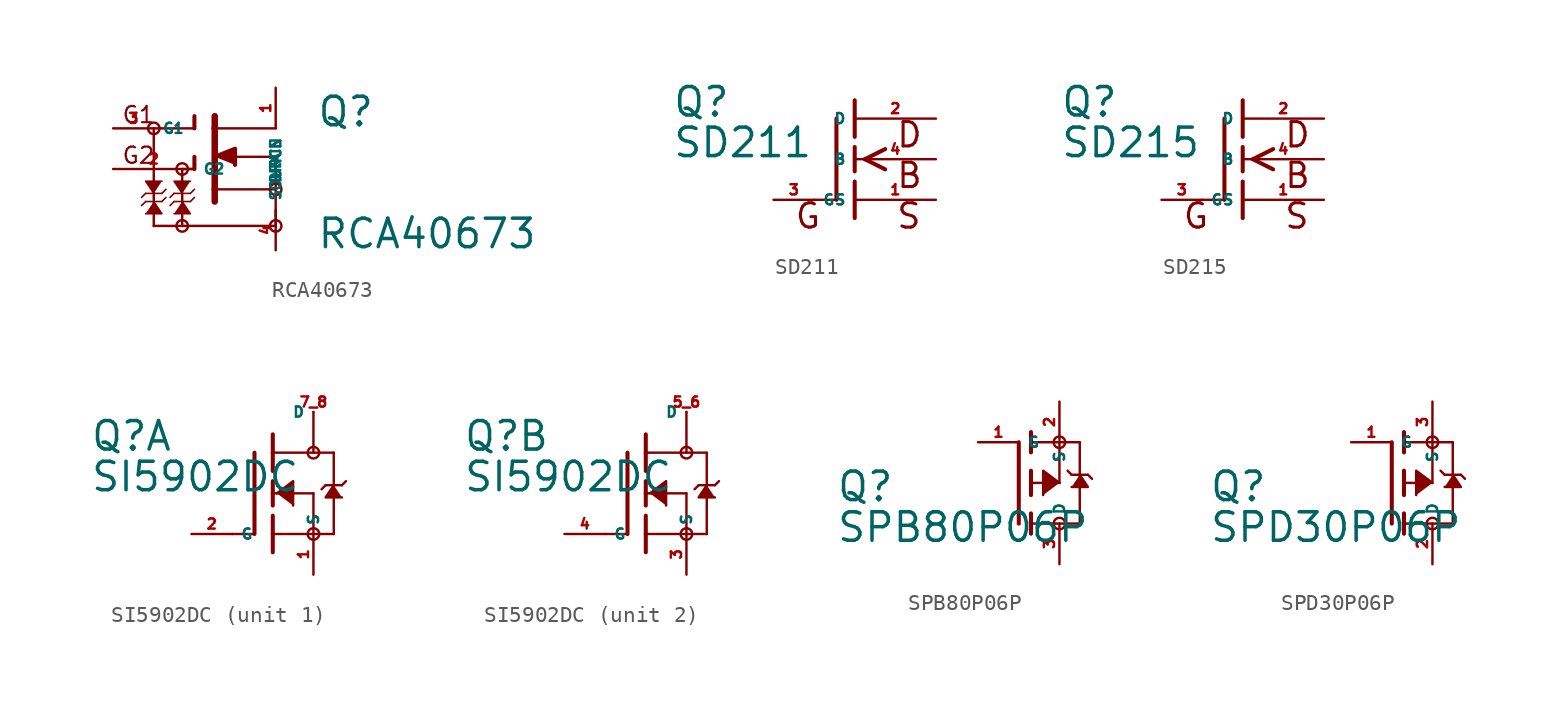
<source format=kicad_sym>
(kicad_symbol_lib
  (version 20220914)
  (generator Eagle2Kicad)
  (symbol "RCA40673"
    (property "Reference" "Q"
      (at 5.08 2.54 0)
      (effects (font (size 1.778 1.778) (thickness 0.22)) (justify left bottom)))
    (property "Value" "RCA40673"
      (at 5.08 -5.08 0)
      (effects (font (size 1.778 1.778) (thickness 0.22)) (justify left bottom)))
    (polyline
      (pts (xy -1.27 0.762) (xy 0 1.27) (xy 0 0.254))
      (stroke (width 0.254) (type default))
      (fill (type outline)))
    (polyline
      (pts (xy -5.08 -1.524) (xy -5.588 -0.762) (xy -4.572 -0.762))
      (stroke (width 0.102) (type default))
      (fill (type outline)))
    (polyline
      (pts (xy -3.302 -1.524) (xy -3.81 -0.762) (xy -2.794 -0.762))
      (stroke (width 0.102) (type default))
      (fill (type outline)))
    (polyline
      (pts (xy -3.302 -2.032) (xy -2.794 -2.794) (xy -3.81 -2.794))
      (stroke (width 0.102) (type default))
      (fill (type outline)))
    (polyline
      (pts (xy -5.08 -2.032) (xy -4.572 -2.794) (xy -5.588 -2.794))
      (stroke (width 0.102) (type default))
      (fill (type outline)))
    (polyline
      (pts (xy -5.08 2.54) (xy -2.54 2.54))
      (stroke (width 0.152) (type default))
      (fill (type none)))
    (polyline
      (pts (xy -3.302 0) (xy -2.54 0))
      (stroke (width 0.152) (type default))
      (fill (type none)))
    (polyline
      (pts (xy -2.54 2.54) (xy -2.54 3.302))
      (stroke (width 0.254) (type default))
      (fill (type none)))
    (polyline
      (pts (xy -2.54 0) (xy -2.54 0.762))
      (stroke (width 0.254) (type default))
      (fill (type none)))
    (polyline
      (pts (xy -1.27 3.302) (xy -1.27 2.54))
      (stroke (width 0.406) (type default))
      (fill (type none)))
    (polyline
      (pts (xy -1.27 2.54) (xy -1.27 -1.27))
      (stroke (width 0.406) (type default))
      (fill (type none)))
    (polyline
      (pts (xy -1.27 -1.27) (xy -1.27 -2.032))
      (stroke (width 0.406) (type default))
      (fill (type none)))
    (polyline
      (pts (xy -1.27 2.54) (xy 2.54 2.54))
      (stroke (width 0.152) (type default))
      (fill (type none)))
    (polyline
      (pts (xy -1.27 -1.27) (xy 2.54 -1.27))
      (stroke (width 0.152) (type default))
      (fill (type none)))
    (polyline
      (pts (xy 2.54 -1.27) (xy 2.54 -3.556))
      (stroke (width 0.152) (type default))
      (fill (type none)))
    (polyline
      (pts (xy 2.54 -1.27) (xy 2.54 0.762))
      (stroke (width 0.152) (type default))
      (fill (type none)))
    (polyline
      (pts (xy 2.54 0.762) (xy -1.016 0.762))
      (stroke (width 0.152) (type default))
      (fill (type none)))
    (polyline
      (pts (xy -5.588 -1.524) (xy -4.572 -1.524))
      (stroke (width 0.102) (type default))
      (fill (type none)))
    (polyline
      (pts (xy -4.572 -1.524) (xy -4.318 -1.27))
      (stroke (width 0.102) (type default))
      (fill (type none)))
    (polyline
      (pts (xy -5.588 -1.524) (xy -5.842 -1.778))
      (stroke (width 0.102) (type default))
      (fill (type none)))
    (polyline
      (pts (xy -3.81 -1.524) (xy -2.794 -1.524))
      (stroke (width 0.102) (type default))
      (fill (type none)))
    (polyline
      (pts (xy -2.794 -1.524) (xy -2.54 -1.27))
      (stroke (width 0.102) (type default))
      (fill (type none)))
    (polyline
      (pts (xy -3.81 -1.524) (xy -4.064 -1.778))
      (stroke (width 0.102) (type default))
      (fill (type none)))
    (polyline
      (pts (xy -2.794 -2.032) (xy -3.81 -2.032))
      (stroke (width 0.102) (type default))
      (fill (type none)))
    (polyline
      (pts (xy -3.81 -2.032) (xy -4.064 -2.286))
      (stroke (width 0.102) (type default))
      (fill (type none)))
    (polyline
      (pts (xy -2.794 -2.032) (xy -2.54 -1.778))
      (stroke (width 0.102) (type default))
      (fill (type none)))
    (polyline
      (pts (xy -4.572 -2.032) (xy -5.588 -2.032))
      (stroke (width 0.102) (type default))
      (fill (type none)))
    (polyline
      (pts (xy -5.588 -2.032) (xy -5.842 -2.286))
      (stroke (width 0.102) (type default))
      (fill (type none)))
    (polyline
      (pts (xy -4.572 -2.032) (xy -4.318 -1.778))
      (stroke (width 0.102) (type default))
      (fill (type none)))
    (polyline
      (pts (xy -5.08 2.54) (xy -5.08 -3.556))
      (stroke (width 0.152) (type default))
      (fill (type none)))
    (polyline
      (pts (xy -5.08 -3.556) (xy -3.302 -3.556))
      (stroke (width 0.152) (type default))
      (fill (type none)))
    (polyline
      (pts (xy -3.302 -3.556) (xy 2.54 -3.556))
      (stroke (width 0.152) (type default))
      (fill (type none)))
    (polyline
      (pts (xy -3.302 0) (xy -3.302 -3.556))
      (stroke (width 0.152) (type default))
      (fill (type none)))
    (text "G1"
      (at -7.112 2.794 0)
      (effects (font (size 1.016 1.016) (thickness 0.13)) (justify left bottom)))
    (text "G2"
      (at -7.112 0.254 0)
      (effects (font (size 1.016 1.016) (thickness 0.13)) (justify left bottom)))
    (circle
      (center 2.54 -1.27)
      (radius 0.359)
      (stroke (width 0) (type default))
      (fill (type none)))
    (circle
      (center -5.08 2.54)
      (radius 0.359)
      (stroke (width 0) (type default))
      (fill (type none)))
    (circle
      (center -3.302 0)
      (radius 0.359)
      (stroke (width 0) (type default))
      (fill (type none)))
    (circle
      (center -3.302 -3.556)
      (radius 0.359)
      (stroke (width 0) (type default))
      (fill (type none)))
    (circle
      (center 2.54 -3.556)
      (radius 0.359)
      (stroke (width 0) (type default))
      (fill (type none)))
    (pin passive line
      (at -7.62 2.54 0)
      (length 2.54)
      (name "G1" (effects (font (size 0.635 0.635) (thickness 0.08)) (justify left bottom)))
      (number "3" (effects (font (size 0.635 0.635) (thickness 0.08)) (justify left bottom))))
    (pin passive line
      (at -7.62 0 0)
      (length 5.08)
      (name "G2" (effects (font (size 0.635 0.635) (thickness 0.08)) (justify left bottom)))
      (number "2" (effects (font (size 0.635 0.635) (thickness 0.08)) (justify left bottom))))
    (pin passive line
      (at 2.54 5.08 270)
      (length 2.54)
      (name "DRAIN" (effects (font (size 0.635 0.635) (thickness 0.08)) (justify left bottom)))
      (number "1" (effects (font (size 0.635 0.635) (thickness 0.08)) (justify left bottom))))
    (pin passive line
      (at 2.54 -5.08 90)
      (length 2.54)
      (name "SOURCE" (effects (font (size 0.635 0.635) (thickness 0.08)) (justify left bottom)))
      (number "4" (effects (font (size 0.635 0.635) (thickness 0.08)) (justify left bottom)))))
  (symbol "SD211"
    (property "Reference" "Q"
      (at -11.43 2.54 0)
      (effects (font (size 1.778 1.778) (thickness 0.22)) (justify left bottom)))
    (property "Value" "SD211"
      (at -11.43 0 0)
      (effects (font (size 1.778 1.778) (thickness 0.22)) (justify left bottom)))
    (polyline
      (pts (xy -2.54 -2.54) (xy -1.219 -2.54))
      (stroke (width 0.152) (type default))
      (fill (type none)))
    (polyline
      (pts (xy 0 0.762) (xy 0 -0.762))
      (stroke (width 0.254) (type default))
      (fill (type none)))
    (polyline
      (pts (xy 0 3.683) (xy 0 1.397))
      (stroke (width 0.254) (type default))
      (fill (type none)))
    (polyline
      (pts (xy 1.905 0.635) (xy 0.635 0))
      (stroke (width 0.254) (type default))
      (fill (type none)))
    (polyline
      (pts (xy 1.905 -0.635) (xy 0.635 0))
      (stroke (width 0.254) (type default))
      (fill (type none)))
    (polyline
      (pts (xy 0 -1.397) (xy 0 -3.683))
      (stroke (width 0.254) (type default))
      (fill (type none)))
    (polyline
      (pts (xy -1.143 2.54) (xy -1.143 -2.54))
      (stroke (width 0.254) (type default))
      (fill (type none)))
    (text "D"
      (at 2.54 0.635 0)
      (effects (font (size 1.524 1.524) (thickness 0.19)) (justify left bottom)))
    (text "B"
      (at 2.54 -1.905 0)
      (effects (font (size 1.524 1.524) (thickness 0.19)) (justify left bottom)))
    (text "S"
      (at 2.54 -4.445 0)
      (effects (font (size 1.524 1.524) (thickness 0.19)) (justify left bottom)))
    (text "G"
      (at -3.81 -4.445 0)
      (effects (font (size 1.524 1.524) (thickness 0.19)) (justify left bottom)))
    (pin passive line
      (at 5.08 2.54 180)
      (length 5.08)
      (name "D" (effects (font (size 0.635 0.635) (thickness 0.08)) (justify left bottom)))
      (number "2" (effects (font (size 0.635 0.635) (thickness 0.08)) (justify left bottom))))
    (pin passive line
      (at 5.08 -2.54 180)
      (length 5.08)
      (name "S" (effects (font (size 0.635 0.635) (thickness 0.08)) (justify left bottom)))
      (number "1" (effects (font (size 0.635 0.635) (thickness 0.08)) (justify left bottom))))
    (pin passive line
      (at -5.08 -2.54 0)
      (length 2.54)
      (name "G" (effects (font (size 0.635 0.635) (thickness 0.08)) (justify left bottom)))
      (number "3" (effects (font (size 0.635 0.635) (thickness 0.08)) (justify left bottom))))
    (pin passive line
      (at 5.08 0 180)
      (length 5.08)
      (name "B" (effects (font (size 0.635 0.635) (thickness 0.08)) (justify left bottom)))
      (number "4" (effects (font (size 0.635 0.635) (thickness 0.08)) (justify left bottom)))))
  (symbol "SD215"
    (property "Reference" "Q"
      (at -11.43 2.54 0)
      (effects (font (size 1.778 1.778) (thickness 0.22)) (justify left bottom)))
    (property "Value" "SD215"
      (at -11.43 0 0)
      (effects (font (size 1.778 1.778) (thickness 0.22)) (justify left bottom)))
    (polyline
      (pts (xy -2.54 -2.54) (xy -1.219 -2.54))
      (stroke (width 0.152) (type default))
      (fill (type none)))
    (polyline
      (pts (xy 0 0.762) (xy 0 -0.762))
      (stroke (width 0.254) (type default))
      (fill (type none)))
    (polyline
      (pts (xy 0 3.683) (xy 0 1.397))
      (stroke (width 0.254) (type default))
      (fill (type none)))
    (polyline
      (pts (xy 1.905 0.635) (xy 0.635 0))
      (stroke (width 0.254) (type default))
      (fill (type none)))
    (polyline
      (pts (xy 1.905 -0.635) (xy 0.635 0))
      (stroke (width 0.254) (type default))
      (fill (type none)))
    (polyline
      (pts (xy 0 -1.397) (xy 0 -3.683))
      (stroke (width 0.254) (type default))
      (fill (type none)))
    (polyline
      (pts (xy -1.143 2.54) (xy -1.143 -2.54))
      (stroke (width 0.254) (type default))
      (fill (type none)))
    (text "D"
      (at 2.54 0.635 0)
      (effects (font (size 1.524 1.524) (thickness 0.19)) (justify left bottom)))
    (text "B"
      (at 2.54 -1.905 0)
      (effects (font (size 1.524 1.524) (thickness 0.19)) (justify left bottom)))
    (text "S"
      (at 2.54 -4.445 0)
      (effects (font (size 1.524 1.524) (thickness 0.19)) (justify left bottom)))
    (text "G"
      (at -3.81 -4.445 0)
      (effects (font (size 1.524 1.524) (thickness 0.19)) (justify left bottom)))
    (pin passive line
      (at 5.08 2.54 180)
      (length 5.08)
      (name "D" (effects (font (size 0.635 0.635) (thickness 0.08)) (justify left bottom)))
      (number "2" (effects (font (size 0.635 0.635) (thickness 0.08)) (justify left bottom))))
    (pin passive line
      (at 5.08 -2.54 180)
      (length 5.08)
      (name "S" (effects (font (size 0.635 0.635) (thickness 0.08)) (justify left bottom)))
      (number "1" (effects (font (size 0.635 0.635) (thickness 0.08)) (justify left bottom))))
    (pin passive line
      (at -5.08 -2.54 0)
      (length 2.54)
      (name "G" (effects (font (size 0.635 0.635) (thickness 0.08)) (justify left bottom)))
      (number "3" (effects (font (size 0.635 0.635) (thickness 0.08)) (justify left bottom))))
    (pin passive line
      (at 5.08 0 180)
      (length 5.08)
      (name "B" (effects (font (size 0.635 0.635) (thickness 0.08)) (justify left bottom)))
      (number "4" (effects (font (size 0.635 0.635) (thickness 0.08)) (justify left bottom)))))
  (symbol "SI5902DC"
    (property "Reference" "Q"
      (at -11.43 2.54 0)
      (effects (font (size 1.778 1.778) (thickness 0.22)) (justify left bottom)))
    (property "Value" "SI5902DC"
      (at -11.43 0 0)
      (effects (font (size 1.778 1.778) (thickness 0.22)) (justify left bottom)))
    (symbol "SI5902DC_1_0"
      (polyline (pts (xy 3.81 0.508) (xy 3.302 -0.254) (xy 4.318 -0.254)) (stroke (width 0.152) (type default)) (fill (type outline)))
      (polyline (pts (xy 0.254 0) (xy 1.27 0.762) (xy 1.27 -0.762)) (stroke (width 0.152) (type default)) (fill (type outline)))
      (polyline (pts (xy -2.54 -2.54) (xy -1.219 -2.54)) (stroke (width 0.152) (type default)) (fill (type none)))
      (polyline (pts (xy 0 0.762) (xy 0 0)) (stroke (width 0.254) (type default)) (fill (type none)))
      (polyline (pts (xy 0 0) (xy 0 -0.762)) (stroke (width 0.254) (type default)) (fill (type none)))
      (polyline (pts (xy 0 3.683) (xy 0 2.54)) (stroke (width 0.254) (type default)) (fill (type none)))
      (polyline (pts (xy 0 2.54) (xy 0 1.397)) (stroke (width 0.254) (type default)) (fill (type none)))
      (polyline (pts (xy 0 0) (xy 2.54 0)) (stroke (width 0.152) (type default)) (fill (type none)))
      (polyline (pts (xy 2.54 0) (xy 2.54 -2.54)) (stroke (width 0.152) (type default)) (fill (type none)))
      (polyline (pts (xy 0 -1.397) (xy 0 -2.54)) (stroke (width 0.254) (type default)) (fill (type none)))
      (polyline (pts (xy 0 -2.54) (xy 0 -3.683)) (stroke (width 0.254) (type default)) (fill (type none)))
      (polyline (pts (xy -1.143 2.54) (xy -1.143 -2.54)) (stroke (width 0.254) (type default)) (fill (type none)))
      (polyline (pts (xy 0 2.54) (xy 2.54 2.54)) (stroke (width 0.152) (type default)) (fill (type none)))
      (polyline (pts (xy 2.54 2.54) (xy 2.54 5.08)) (stroke (width 0.152) (type default)) (fill (type none)))
      (polyline (pts (xy 2.54 -2.54) (xy 0 -2.54)) (stroke (width 0.152) (type default)) (fill (type none)))
      (polyline (pts (xy 3.81 2.54) (xy 3.81 0.508)) (stroke (width 0.152) (type default)) (fill (type none)))
      (polyline (pts (xy 3.81 0.508) (xy 3.81 -2.54)) (stroke (width 0.152) (type default)) (fill (type none)))
      (polyline (pts (xy 2.54 -2.54) (xy 3.81 -2.54)) (stroke (width 0.152) (type default)) (fill (type none)))
      (polyline (pts (xy 2.54 2.54) (xy 3.81 2.54)) (stroke (width 0.152) (type default)) (fill (type none)))
      (polyline (pts (xy 4.572 0.762) (xy 4.318 0.508)) (stroke (width 0.152) (type default)) (fill (type none)))
      (polyline (pts (xy 4.318 0.508) (xy 3.81 0.508)) (stroke (width 0.152) (type default)) (fill (type none)))
      (polyline (pts (xy 3.81 0.508) (xy 3.302 0.508)) (stroke (width 0.152) (type default)) (fill (type none)))
      (polyline (pts (xy 3.302 0.508) (xy 3.048 0.254)) (stroke (width 0.152) (type default)) (fill (type none)))
      (circle (center 2.54 -2.54) (radius 0.359) (stroke (width 0) (type default)) (fill (type none)))
      (circle (center 2.54 2.54) (radius 0.359) (stroke (width 0) (type default)) (fill (type none)))
      (pin passive line (at 2.54 5.08 180) (length 0) (name "D" (effects (font (size 0.635 0.635) (thickness 0.08)) (justify left bottom))) (number "7 8" (effects (font (size 0.635 0.635) (thickness 0.08)) (justify left bottom))))
      (pin passive line (at 2.54 -5.08 90) (length 2.54) (name "S" (effects (font (size 0.635 0.635) (thickness 0.08)) (justify left bottom))) (number "1" (effects (font (size 0.635 0.635) (thickness 0.08)) (justify left bottom))))
      (pin passive line (at -5.08 -2.54 0) (length 2.54) (name "G" (effects (font (size 0.635 0.635) (thickness 0.08)) (justify left bottom))) (number "2" (effects (font (size 0.635 0.635) (thickness 0.08)) (justify left bottom)))))
    (symbol "SI5902DC_2_0"
      (polyline (pts (xy 3.81 0.508) (xy 3.302 -0.254) (xy 4.318 -0.254)) (stroke (width 0.152) (type default)) (fill (type outline)))
      (polyline (pts (xy 0.254 0) (xy 1.27 0.762) (xy 1.27 -0.762)) (stroke (width 0.152) (type default)) (fill (type outline)))
      (polyline (pts (xy -2.54 -2.54) (xy -1.219 -2.54)) (stroke (width 0.152) (type default)) (fill (type none)))
      (polyline (pts (xy 0 0.762) (xy 0 0)) (stroke (width 0.254) (type default)) (fill (type none)))
      (polyline (pts (xy 0 0) (xy 0 -0.762)) (stroke (width 0.254) (type default)) (fill (type none)))
      (polyline (pts (xy 0 3.683) (xy 0 2.54)) (stroke (width 0.254) (type default)) (fill (type none)))
      (polyline (pts (xy 0 2.54) (xy 0 1.397)) (stroke (width 0.254) (type default)) (fill (type none)))
      (polyline (pts (xy 0 0) (xy 2.54 0)) (stroke (width 0.152) (type default)) (fill (type none)))
      (polyline (pts (xy 2.54 0) (xy 2.54 -2.54)) (stroke (width 0.152) (type default)) (fill (type none)))
      (polyline (pts (xy 0 -1.397) (xy 0 -2.54)) (stroke (width 0.254) (type default)) (fill (type none)))
      (polyline (pts (xy 0 -2.54) (xy 0 -3.683)) (stroke (width 0.254) (type default)) (fill (type none)))
      (polyline (pts (xy -1.143 2.54) (xy -1.143 -2.54)) (stroke (width 0.254) (type default)) (fill (type none)))
      (polyline (pts (xy 0 2.54) (xy 2.54 2.54)) (stroke (width 0.152) (type default)) (fill (type none)))
      (polyline (pts (xy 2.54 2.54) (xy 2.54 5.08)) (stroke (width 0.152) (type default)) (fill (type none)))
      (polyline (pts (xy 2.54 -2.54) (xy 0 -2.54)) (stroke (width 0.152) (type default)) (fill (type none)))
      (polyline (pts (xy 3.81 2.54) (xy 3.81 0.508)) (stroke (width 0.152) (type default)) (fill (type none)))
      (polyline (pts (xy 3.81 0.508) (xy 3.81 -2.54)) (stroke (width 0.152) (type default)) (fill (type none)))
      (polyline (pts (xy 2.54 -2.54) (xy 3.81 -2.54)) (stroke (width 0.152) (type default)) (fill (type none)))
      (polyline (pts (xy 2.54 2.54) (xy 3.81 2.54)) (stroke (width 0.152) (type default)) (fill (type none)))
      (polyline (pts (xy 4.572 0.762) (xy 4.318 0.508)) (stroke (width 0.152) (type default)) (fill (type none)))
      (polyline (pts (xy 4.318 0.508) (xy 3.81 0.508)) (stroke (width 0.152) (type default)) (fill (type none)))
      (polyline (pts (xy 3.81 0.508) (xy 3.302 0.508)) (stroke (width 0.152) (type default)) (fill (type none)))
      (polyline (pts (xy 3.302 0.508) (xy 3.048 0.254)) (stroke (width 0.152) (type default)) (fill (type none)))
      (circle (center 2.54 -2.54) (radius 0.359) (stroke (width 0) (type default)) (fill (type none)))
      (circle (center 2.54 2.54) (radius 0.359) (stroke (width 0) (type default)) (fill (type none)))
      (pin passive line (at 2.54 5.08 180) (length 0) (name "D" (effects (font (size 0.635 0.635) (thickness 0.08)) (justify left bottom))) (number "5 6" (effects (font (size 0.635 0.635) (thickness 0.08)) (justify left bottom))))
      (pin passive line (at 2.54 -5.08 90) (length 2.54) (name "S" (effects (font (size 0.635 0.635) (thickness 0.08)) (justify left bottom))) (number "3" (effects (font (size 0.635 0.635) (thickness 0.08)) (justify left bottom))))
      (pin passive line (at -5.08 -2.54 0) (length 2.54) (name "G" (effects (font (size 0.635 0.635) (thickness 0.08)) (justify left bottom))) (number "4" (effects (font (size 0.635 0.635) (thickness 0.08)) (justify left bottom))))))
  (symbol "SPB80P06P"
    (property "Reference" "Q"
      (at -11.43 -1.27 0)
      (effects (font (size 1.778 1.778) (thickness 0.22)) (justify left bottom)))
    (property "Value" "SPB80P06P"
      (at -11.43 -3.81 0)
      (effects (font (size 1.778 1.778) (thickness 0.22)) (justify left bottom)))
    (polyline
      (pts (xy 3.81 0.508) (xy 4.318 -0.254) (xy 3.302 -0.254))
      (stroke (width 0.152) (type default))
      (fill (type outline)))
    (polyline
      (pts (xy 2.54 0) (xy 1.524 0.762) (xy 1.524 -0.762))
      (stroke (width 0.152) (type default))
      (fill (type outline)))
    (polyline
      (pts (xy 0.762 -0.762) (xy 0.762 0))
      (stroke (width 0.254) (type default))
      (fill (type none)))
    (polyline
      (pts (xy 0.762 0) (xy 0.762 0.762))
      (stroke (width 0.254) (type default))
      (fill (type none)))
    (polyline
      (pts (xy 0.762 -3.175) (xy 0.762 -2.54))
      (stroke (width 0.254) (type default))
      (fill (type none)))
    (polyline
      (pts (xy 0.762 -2.54) (xy 0.762 -1.905))
      (stroke (width 0.254) (type default))
      (fill (type none)))
    (polyline
      (pts (xy 0.762 0) (xy 2.54 0))
      (stroke (width 0.152) (type default))
      (fill (type none)))
    (polyline
      (pts (xy 2.54 0) (xy 2.54 2.54))
      (stroke (width 0.152) (type default))
      (fill (type none)))
    (polyline
      (pts (xy 0.762 1.905) (xy 0.762 2.54))
      (stroke (width 0.254) (type default))
      (fill (type none)))
    (polyline
      (pts (xy 0.762 2.54) (xy 0.762 3.175))
      (stroke (width 0.254) (type default))
      (fill (type none)))
    (polyline
      (pts (xy 0 -2.54) (xy 0 2.54))
      (stroke (width 0.254) (type default))
      (fill (type none)))
    (polyline
      (pts (xy 2.54 2.54) (xy 0.762 2.54))
      (stroke (width 0.152) (type default))
      (fill (type none)))
    (polyline
      (pts (xy 3.81 -2.54) (xy 3.81 0.508))
      (stroke (width 0.152) (type default))
      (fill (type none)))
    (polyline
      (pts (xy 3.81 0.508) (xy 3.81 2.54))
      (stroke (width 0.152) (type default))
      (fill (type none)))
    (polyline
      (pts (xy 2.54 2.54) (xy 3.81 2.54))
      (stroke (width 0.152) (type default))
      (fill (type none)))
    (polyline
      (pts (xy 0.762 -2.54) (xy 3.81 -2.54))
      (stroke (width 0.152) (type default))
      (fill (type none)))
    (polyline
      (pts (xy 3.048 0.762) (xy 3.302 0.508))
      (stroke (width 0.152) (type default))
      (fill (type none)))
    (polyline
      (pts (xy 3.302 0.508) (xy 3.81 0.508))
      (stroke (width 0.152) (type default))
      (fill (type none)))
    (polyline
      (pts (xy 3.81 0.508) (xy 4.318 0.508))
      (stroke (width 0.152) (type default))
      (fill (type none)))
    (polyline
      (pts (xy 4.318 0.508) (xy 4.572 0.254))
      (stroke (width 0.152) (type default))
      (fill (type none)))
    (circle
      (center 2.54 2.54)
      (radius 0.359)
      (stroke (width 0) (type default))
      (fill (type none)))
    (circle
      (center 2.54 -2.54)
      (radius 0.359)
      (stroke (width 0) (type default))
      (fill (type none)))
    (pin passive line
      (at 2.54 5.08 270)
      (length 2.54)
      (name "S" (effects (font (size 0.635 0.635) (thickness 0.08)) (justify left bottom)))
      (number "2" (effects (font (size 0.635 0.635) (thickness 0.08)) (justify left bottom))))
    (pin passive line
      (at -2.54 2.54 0)
      (length 2.54)
      (name "G" (effects (font (size 0.635 0.635) (thickness 0.08)) (justify left bottom)))
      (number "1" (effects (font (size 0.635 0.635) (thickness 0.08)) (justify left bottom))))
    (pin passive line
      (at 2.54 -5.08 90)
      (length 2.54)
      (name "D" (effects (font (size 0.635 0.635) (thickness 0.08)) (justify left bottom)))
      (number "3" (effects (font (size 0.635 0.635) (thickness 0.08)) (justify left bottom)))))
  (symbol "SPD30P06P"
    (property "Reference" "Q"
      (at -11.43 -1.27 0)
      (effects (font (size 1.778 1.778) (thickness 0.22)) (justify left bottom)))
    (property "Value" "SPD30P06P"
      (at -11.43 -3.81 0)
      (effects (font (size 1.778 1.778) (thickness 0.22)) (justify left bottom)))
    (polyline
      (pts (xy 3.81 0.508) (xy 4.318 -0.254) (xy 3.302 -0.254))
      (stroke (width 0.152) (type default))
      (fill (type outline)))
    (polyline
      (pts (xy 2.54 0) (xy 1.524 0.762) (xy 1.524 -0.762))
      (stroke (width 0.152) (type default))
      (fill (type outline)))
    (polyline
      (pts (xy 0.762 -0.762) (xy 0.762 0))
      (stroke (width 0.254) (type default))
      (fill (type none)))
    (polyline
      (pts (xy 0.762 0) (xy 0.762 0.762))
      (stroke (width 0.254) (type default))
      (fill (type none)))
    (polyline
      (pts (xy 0.762 -3.175) (xy 0.762 -2.54))
      (stroke (width 0.254) (type default))
      (fill (type none)))
    (polyline
      (pts (xy 0.762 -2.54) (xy 0.762 -1.905))
      (stroke (width 0.254) (type default))
      (fill (type none)))
    (polyline
      (pts (xy 0.762 0) (xy 2.54 0))
      (stroke (width 0.152) (type default))
      (fill (type none)))
    (polyline
      (pts (xy 2.54 0) (xy 2.54 2.54))
      (stroke (width 0.152) (type default))
      (fill (type none)))
    (polyline
      (pts (xy 0.762 1.905) (xy 0.762 2.54))
      (stroke (width 0.254) (type default))
      (fill (type none)))
    (polyline
      (pts (xy 0.762 2.54) (xy 0.762 3.175))
      (stroke (width 0.254) (type default))
      (fill (type none)))
    (polyline
      (pts (xy 0 -2.54) (xy 0 2.54))
      (stroke (width 0.254) (type default))
      (fill (type none)))
    (polyline
      (pts (xy 2.54 2.54) (xy 0.762 2.54))
      (stroke (width 0.152) (type default))
      (fill (type none)))
    (polyline
      (pts (xy 3.81 -2.54) (xy 3.81 0.508))
      (stroke (width 0.152) (type default))
      (fill (type none)))
    (polyline
      (pts (xy 3.81 0.508) (xy 3.81 2.54))
      (stroke (width 0.152) (type default))
      (fill (type none)))
    (polyline
      (pts (xy 2.54 2.54) (xy 3.81 2.54))
      (stroke (width 0.152) (type default))
      (fill (type none)))
    (polyline
      (pts (xy 0.762 -2.54) (xy 3.81 -2.54))
      (stroke (width 0.152) (type default))
      (fill (type none)))
    (polyline
      (pts (xy 3.048 0.762) (xy 3.302 0.508))
      (stroke (width 0.152) (type default))
      (fill (type none)))
    (polyline
      (pts (xy 3.302 0.508) (xy 3.81 0.508))
      (stroke (width 0.152) (type default))
      (fill (type none)))
    (polyline
      (pts (xy 3.81 0.508) (xy 4.318 0.508))
      (stroke (width 0.152) (type default))
      (fill (type none)))
    (polyline
      (pts (xy 4.318 0.508) (xy 4.572 0.254))
      (stroke (width 0.152) (type default))
      (fill (type none)))
    (circle
      (center 2.54 2.54)
      (radius 0.359)
      (stroke (width 0) (type default))
      (fill (type none)))
    (circle
      (center 2.54 -2.54)
      (radius 0.359)
      (stroke (width 0) (type default))
      (fill (type none)))
    (pin passive line
      (at 2.54 5.08 270)
      (length 2.54)
      (name "S" (effects (font (size 0.635 0.635) (thickness 0.08)) (justify left bottom)))
      (number "3" (effects (font (size 0.635 0.635) (thickness 0.08)) (justify left bottom))))
    (pin passive line
      (at -2.54 2.54 0)
      (length 2.54)
      (name "G" (effects (font (size 0.635 0.635) (thickness 0.08)) (justify left bottom)))
      (number "1" (effects (font (size 0.635 0.635) (thickness 0.08)) (justify left bottom))))
    (pin passive line
      (at 2.54 -5.08 90)
      (length 2.54)
      (name "D" (effects (font (size 0.635 0.635) (thickness 0.08)) (justify left bottom)))
      (number "2" (effects (font (size 0.635 0.635) (thickness 0.08)) (justify left bottom))))))
</source>
